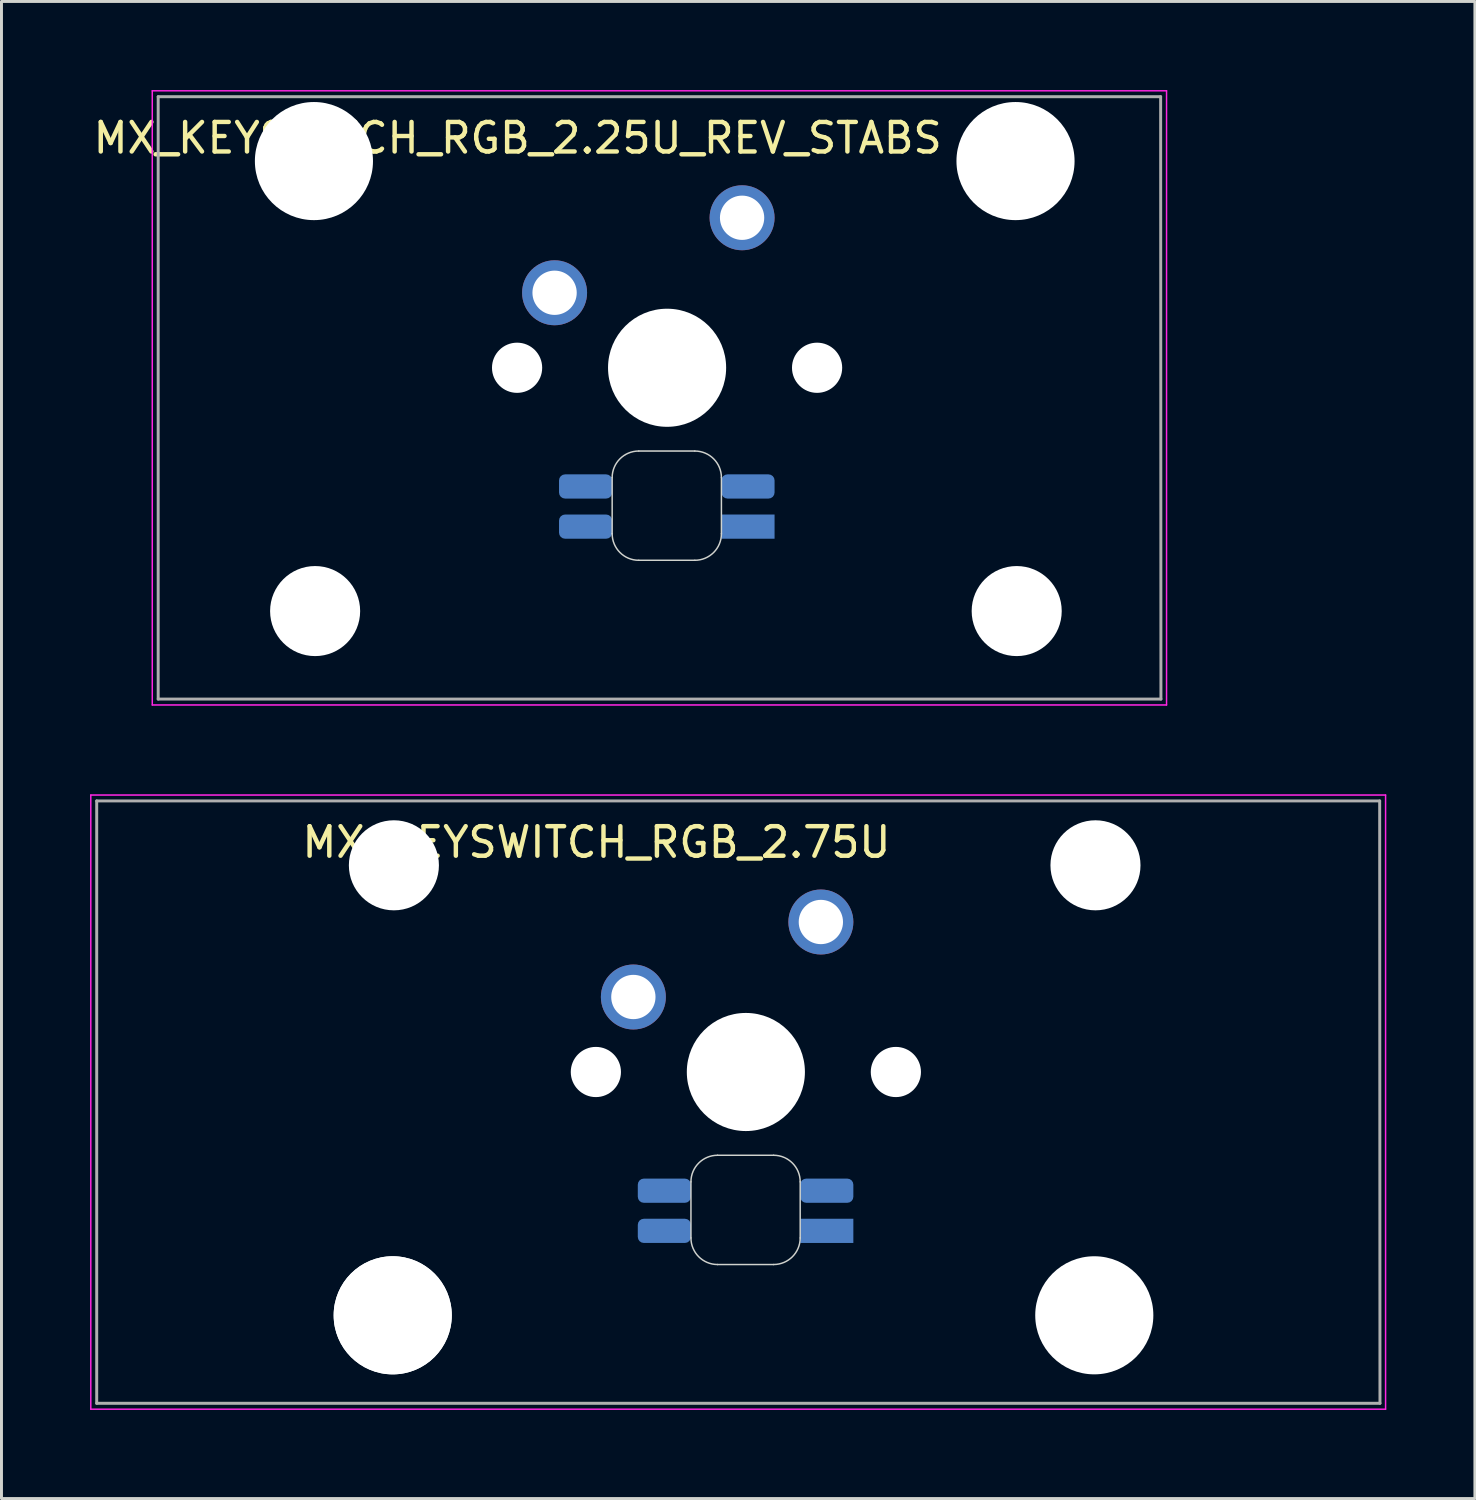
<source format=kicad_pcb>
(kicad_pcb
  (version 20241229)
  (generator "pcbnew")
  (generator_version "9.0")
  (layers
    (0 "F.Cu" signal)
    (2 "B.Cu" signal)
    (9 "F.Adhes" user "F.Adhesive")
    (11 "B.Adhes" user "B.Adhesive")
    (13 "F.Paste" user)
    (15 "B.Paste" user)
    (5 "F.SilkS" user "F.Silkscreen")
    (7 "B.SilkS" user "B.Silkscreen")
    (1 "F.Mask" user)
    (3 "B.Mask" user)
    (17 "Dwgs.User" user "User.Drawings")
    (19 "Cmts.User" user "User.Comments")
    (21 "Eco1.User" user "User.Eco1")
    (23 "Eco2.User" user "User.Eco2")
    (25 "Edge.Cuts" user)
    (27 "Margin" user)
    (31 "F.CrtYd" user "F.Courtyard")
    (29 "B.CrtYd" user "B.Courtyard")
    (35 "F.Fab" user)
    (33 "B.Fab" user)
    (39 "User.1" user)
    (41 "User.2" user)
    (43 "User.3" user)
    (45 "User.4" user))
  (footprint "MX_KEYSWITCH_RGB_2.25U_REV_STABS"
    (layer "F.Cu")
    (at 19.482 9.425)
    (property "Reference" "MX_KEYSWITCH_RGB_2.25U_REV_STABS" (at -5 -7.8 0) (layer "F.SilkS") (effects (font (size 1 1) (thickness 0.15))))
    (attr through_hole)
    (fp_line (start -1.8 3.7) (end -1.8 5.6) (stroke (width 0.05) (type solid)) (layer "Edge.Cuts"))
    (fp_line (start -0.9 6.5) (end 1 6.5) (stroke (width 0.05) (type solid)) (layer "Edge.Cuts"))
    (fp_line (start 1 2.8) (end -0.9 2.8) (stroke (width 0.05) (type solid)) (layer "Edge.Cuts"))
    (fp_line (start 1.9 5.6) (end 1.9 3.7) (stroke (width 0.05) (type solid)) (layer "Edge.Cuts"))
    (fp_arc (start -1.8 3.7) (mid -1.536396 3.063604) (end -0.9 2.8) (stroke (width 0.05) (type solid)) (layer "Edge.Cuts"))
    (fp_arc (start -0.9 6.5) (mid -1.536396 6.236396) (end -1.8 5.6) (stroke (width 0.05) (type solid)) (layer "Edge.Cuts"))
    (fp_arc (start 1 2.8) (mid 1.636396 3.063604) (end 1.9 3.7) (stroke (width 0.05) (type solid)) (layer "Edge.Cuts"))
    (fp_arc (start 1.9 5.6) (mid 1.636396 6.236396) (end 1 6.5) (stroke (width 0.05) (type solid)) (layer "Edge.Cuts"))
    (fp_line (start -17.375 -9.4) (end 16.975 -9.4) (stroke (width 0.05) (type solid)) (layer "F.CrtYd"))
    (fp_line (start -17.375 11.4) (end -17.375 -9.4) (stroke (width 0.05) (type solid)) (layer "F.CrtYd"))
    (fp_line (start 16.975 -9.4) (end 16.975 11.4) (stroke (width 0.05) (type solid)) (layer "F.CrtYd"))
    (fp_line (start 16.975 11.4) (end -17.375 11.4) (stroke (width 0.05) (type solid)) (layer "F.CrtYd"))
    (fp_line (start -17.175 -9.2) (end 16.775 -9.2) (stroke (width 0.1) (type solid)) (layer "F.Fab"))
    (fp_line (start -17.175 11.2) (end -17.175 -9.2) (stroke (width 0.1) (type solid)) (layer "F.Fab"))
    (fp_line (start 16.775 -9.2) (end 16.785 11.2) (stroke (width 0.1) (type solid)) (layer "F.Fab"))
    (fp_line (start 16.785 11.2) (end -17.175 11.2) (stroke (width 0.1) (type solid)) (layer "F.Fab"))
    (pad "" np_thru_hole circle (at -11.9 -7.02) (size 4 4) (drill 4) (layers "*.Cu" "*.Mask"))
    (pad "" np_thru_hole circle (at -11.86 8.22) (size 3.05 3.05) (drill 3.05) (layers "*.Cu" "*.Mask"))
    (pad "" np_thru_hole circle (at -5.02 -0.02) (size 1.7 1.7) (drill 1.7) (layers "*.Cu" "*.Mask"))
    (pad "" np_thru_hole circle (at 0.06 -0.02) (size 4 4) (drill 4) (layers "*.Cu" "*.Mask"))
    (pad "" np_thru_hole circle (at 5.14 -0.02) (size 1.7 1.7) (drill 1.7) (layers "*.Cu" "*.Mask"))
    (pad "" np_thru_hole circle (at 11.86 -7.02) (size 4 4) (drill 4) (layers "*.Cu" "*.Mask"))
    (pad "" np_thru_hole circle (at 11.9 8.22) (size 3.05 3.05) (drill 3.05) (layers "*.Cu" "*.Mask"))
    (pad "1" thru_hole circle (at 2.6 -5.1) (size 2.2 2.2) (drill 1.5) (layers "*.Cu" "*.Mask"))
    (pad "2" thru_hole circle (at -3.75 -2.56) (size 2.2 2.2) (drill 1.5) (layers "*.Cu" "*.Mask"))
    (pad "3" smd roundrect (at 2.8 4) (size 1.8 0.82) (layers "B.Cu" "B.Mask" "B.Paste") (roundrect_rratio 0.25))
    (pad "4" smd roundrect (at -2.7 5.36) (size 1.8 0.82) (layers "B.Cu" "B.Mask" "B.Paste") (roundrect_rratio 0.25))
    (pad "5" smd roundrect (at -2.7 4) (size 1.8 0.82) (layers "B.Cu" "B.Mask" "B.Paste") (roundrect_rratio 0.25))
    (pad "6" smd rect (at 2.8 5.36) (size 1.8 0.82) (layers "B.Cu" "B.Mask" "B.Paste")))
  (footprint "MX_KEYSWITCH_RGB_2.75U"
    (layer "F.Cu")
    (at 22.15 33.275)
    (property "Reference" "MX_KEYSWITCH_RGB_2.75U" (at -5 -7.8 0) (layer "F.SilkS") (effects (font (size 1 1) (thickness 0.15))))
    (attr through_hole)
    (fp_line (start -1.8 3.7) (end -1.8 5.6) (stroke (width 0.05) (type solid)) (layer "Edge.Cuts"))
    (fp_line (start -0.9 6.5) (end 1 6.5) (stroke (width 0.05) (type solid)) (layer "Edge.Cuts"))
    (fp_line (start 1 2.8) (end -0.9 2.8) (stroke (width 0.05) (type solid)) (layer "Edge.Cuts"))
    (fp_line (start 1.9 5.6) (end 1.9 3.7) (stroke (width 0.05) (type solid)) (layer "Edge.Cuts"))
    (fp_arc (start -1.8 3.7) (mid -1.536396 3.063604) (end -0.9 2.8) (stroke (width 0.05) (type solid)) (layer "Edge.Cuts"))
    (fp_arc (start -0.9 6.5) (mid -1.536396 6.236396) (end -1.8 5.6) (stroke (width 0.05) (type solid)) (layer "Edge.Cuts"))
    (fp_arc (start 1 2.8) (mid 1.636396 3.063604) (end 1.9 3.7) (stroke (width 0.05) (type solid)) (layer "Edge.Cuts"))
    (fp_arc (start 1.9 5.6) (mid 1.636396 6.236396) (end 1 6.5) (stroke (width 0.05) (type solid)) (layer "Edge.Cuts"))
    (fp_line (start -22.125 -9.4) (end 21.725 -9.4) (stroke (width 0.05) (type solid)) (layer "F.CrtYd"))
    (fp_line (start -22.125 11.4) (end -22.125 -9.4) (stroke (width 0.05) (type solid)) (layer "F.CrtYd"))
    (fp_line (start 21.725 -9.4) (end 21.725 11.4) (stroke (width 0.05) (type solid)) (layer "F.CrtYd"))
    (fp_line (start 21.725 11.4) (end -22.125 11.4) (stroke (width 0.05) (type solid)) (layer "F.CrtYd"))
    (fp_line (start -21.925 -9.2) (end 21.525 -9.2) (stroke (width 0.1) (type solid)) (layer "F.Fab"))
    (fp_line (start -21.925 11.2) (end -21.925 -9.2) (stroke (width 0.1) (type solid)) (layer "F.Fab"))
    (fp_line (start 21.525 -9.2) (end 21.535 11.2) (stroke (width 0.1) (type solid)) (layer "F.Fab"))
    (fp_line (start 21.535 11.2) (end -21.925 11.2) (stroke (width 0.1) (type solid)) (layer "F.Fab"))
    (pad "" np_thru_hole circle (at -11.9 8.22) (size 4 4) (drill 4) (layers "*.Cu" "*.Mask"))
    (pad "" np_thru_hole circle (at -11.9 8.22) (size 4 4) (drill 4) (layers "*.Cu" "*.Mask"))
    (pad "" np_thru_hole circle (at -11.86 -7.02) (size 3.05 3.05) (drill 3.05) (layers "*.Cu" "*.Mask"))
    (pad "" np_thru_hole circle (at -5.02 -0.02) (size 1.7 1.7) (drill 1.7) (layers "*.Cu" "*.Mask"))
    (pad "" np_thru_hole circle (at 0.06 -0.02) (size 4 4) (drill 4) (layers "*.Cu" "*.Mask"))
    (pad "" np_thru_hole circle (at 5.14 -0.02) (size 1.7 1.7) (drill 1.7) (layers "*.Cu" "*.Mask"))
    (pad "" np_thru_hole circle (at 11.86 8.22) (size 4 4) (drill 4) (layers "*.Cu" "*.Mask"))
    (pad "" np_thru_hole circle (at 11.9 -7.02) (size 3.05 3.05) (drill 3.05) (layers "*.Cu" "*.Mask"))
    (pad "1" thru_hole circle (at 2.6 -5.1) (size 2.2 2.2) (drill 1.5) (layers "*.Cu" "*.Mask"))
    (pad "2" thru_hole circle (at -3.75 -2.56) (size 2.2 2.2) (drill 1.5) (layers "*.Cu" "*.Mask"))
    (pad "3" smd roundrect (at 2.8 4) (size 1.8 0.82) (layers "B.Cu" "B.Mask" "B.Paste") (roundrect_rratio 0.25))
    (pad "4" smd roundrect (at -2.7 5.36) (size 1.8 0.82) (layers "B.Cu" "B.Mask" "B.Paste") (roundrect_rratio 0.25))
    (pad "5" smd roundrect (at -2.7 4) (size 1.8 0.82) (layers "B.Cu" "B.Mask" "B.Paste") (roundrect_rratio 0.25))
    (pad "6" smd rect (at 2.8 5.36) (size 1.8 0.82) (layers "B.Cu" "B.Mask" "B.Paste")))
  (gr_rect
    (start -3 -3)
    (end 46.9 47.7)
    (stroke (width 0.1) (type default))
    (fill no)
    (layer "Edge.Cuts")))
</source>
